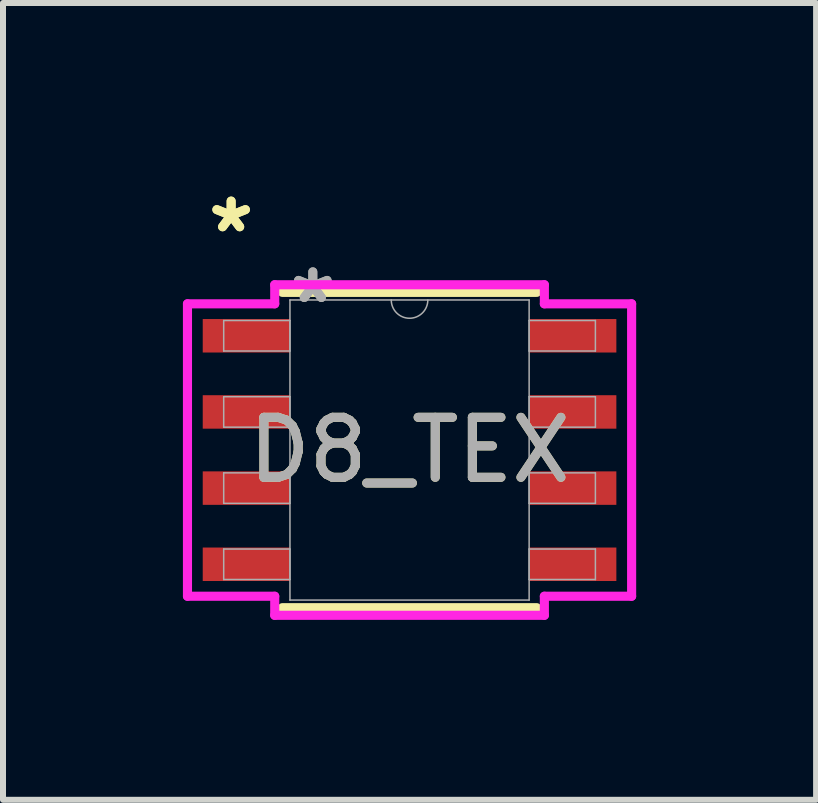
<source format=kicad_pcb>
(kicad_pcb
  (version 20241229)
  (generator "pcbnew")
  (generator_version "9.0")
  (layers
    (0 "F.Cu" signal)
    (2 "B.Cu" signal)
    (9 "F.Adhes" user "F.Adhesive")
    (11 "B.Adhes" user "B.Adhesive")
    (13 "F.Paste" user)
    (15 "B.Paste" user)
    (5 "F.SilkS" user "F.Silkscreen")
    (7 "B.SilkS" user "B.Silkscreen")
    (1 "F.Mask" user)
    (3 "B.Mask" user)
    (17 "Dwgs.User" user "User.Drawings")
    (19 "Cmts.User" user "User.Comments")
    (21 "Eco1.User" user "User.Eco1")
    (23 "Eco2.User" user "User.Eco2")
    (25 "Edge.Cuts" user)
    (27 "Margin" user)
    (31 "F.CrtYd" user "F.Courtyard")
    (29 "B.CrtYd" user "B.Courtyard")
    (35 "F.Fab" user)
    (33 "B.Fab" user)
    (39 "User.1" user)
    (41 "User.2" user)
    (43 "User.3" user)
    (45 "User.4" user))
  (footprint "D8_TEX"
    (layer "F.Cu")
    (at 3.779 4.454)
    (property "Reference" "D8_TEX" (at 0 0 0) (unlocked yes) (layer "F.SilkS") (effects (font (size 1 1) (thickness 0.15))))
    (attr smd)
    (fp_line (start -2.121 2.629) (end 2.121 2.629) (stroke (width 0.152) (type solid)) (layer "F.SilkS"))
    (fp_line (start 2.121 -2.629) (end -2.121 -2.629) (stroke (width 0.152) (type solid)) (layer "F.SilkS"))
    (fp_line (start -3.703 -2.438) (end -2.248 -2.438) (stroke (width 0.152) (type solid)) (layer "F.CrtYd"))
    (fp_line (start -3.703 2.438) (end -3.703 -2.438) (stroke (width 0.152) (type solid)) (layer "F.CrtYd"))
    (fp_line (start -3.703 2.438) (end -2.248 2.438) (stroke (width 0.152) (type solid)) (layer "F.CrtYd"))
    (fp_line (start -2.248 -2.756) (end 2.248 -2.756) (stroke (width 0.152) (type solid)) (layer "F.CrtYd"))
    (fp_line (start -2.248 -2.438) (end -2.248 -2.756) (stroke (width 0.152) (type solid)) (layer "F.CrtYd"))
    (fp_line (start -2.248 2.756) (end -2.248 2.438) (stroke (width 0.152) (type solid)) (layer "F.CrtYd"))
    (fp_line (start 2.248 -2.756) (end 2.248 -2.438) (stroke (width 0.152) (type solid)) (layer "F.CrtYd"))
    (fp_line (start 2.248 2.438) (end 2.248 2.756) (stroke (width 0.152) (type solid)) (layer "F.CrtYd"))
    (fp_line (start 2.248 2.756) (end -2.248 2.756) (stroke (width 0.152) (type solid)) (layer "F.CrtYd"))
    (fp_line (start 3.703 -2.438) (end 2.248 -2.438) (stroke (width 0.152) (type solid)) (layer "F.CrtYd"))
    (fp_line (start 3.703 -2.438) (end 3.703 2.438) (stroke (width 0.152) (type solid)) (layer "F.CrtYd"))
    (fp_line (start 3.703 2.438) (end 2.248 2.438) (stroke (width 0.152) (type solid)) (layer "F.CrtYd"))
    (fp_line (start -3.099 -2.159) (end -3.099 -1.651) (stroke (width 0.025) (type solid)) (layer "F.Fab"))
    (fp_line (start -3.099 -1.651) (end -1.994 -1.651) (stroke (width 0.025) (type solid)) (layer "F.Fab"))
    (fp_line (start -3.099 -0.889) (end -3.099 -0.381) (stroke (width 0.025) (type solid)) (layer "F.Fab"))
    (fp_line (start -3.099 -0.381) (end -1.994 -0.381) (stroke (width 0.025) (type solid)) (layer "F.Fab"))
    (fp_line (start -3.099 0.381) (end -3.099 0.889) (stroke (width 0.025) (type solid)) (layer "F.Fab"))
    (fp_line (start -3.099 0.889) (end -1.994 0.889) (stroke (width 0.025) (type solid)) (layer "F.Fab"))
    (fp_line (start -3.099 1.651) (end -3.099 2.159) (stroke (width 0.025) (type solid)) (layer "F.Fab"))
    (fp_line (start -3.099 2.159) (end -1.994 2.159) (stroke (width 0.025) (type solid)) (layer "F.Fab"))
    (fp_line (start -1.994 -2.502) (end -1.994 2.502) (stroke (width 0.025) (type solid)) (layer "F.Fab"))
    (fp_line (start -1.994 -2.159) (end -3.099 -2.159) (stroke (width 0.025) (type solid)) (layer "F.Fab"))
    (fp_line (start -1.994 -1.651) (end -1.994 -2.159) (stroke (width 0.025) (type solid)) (layer "F.Fab"))
    (fp_line (start -1.994 -0.889) (end -3.099 -0.889) (stroke (width 0.025) (type solid)) (layer "F.Fab"))
    (fp_line (start -1.994 -0.381) (end -1.994 -0.889) (stroke (width 0.025) (type solid)) (layer "F.Fab"))
    (fp_line (start -1.994 0.381) (end -3.099 0.381) (stroke (width 0.025) (type solid)) (layer "F.Fab"))
    (fp_line (start -1.994 0.889) (end -1.994 0.381) (stroke (width 0.025) (type solid)) (layer "F.Fab"))
    (fp_line (start -1.994 1.651) (end -3.099 1.651) (stroke (width 0.025) (type solid)) (layer "F.Fab"))
    (fp_line (start -1.994 2.159) (end -1.994 1.651) (stroke (width 0.025) (type solid)) (layer "F.Fab"))
    (fp_line (start -1.994 2.502) (end 1.994 2.502) (stroke (width 0.025) (type solid)) (layer "F.Fab"))
    (fp_line (start 1.994 -2.502) (end -1.994 -2.502) (stroke (width 0.025) (type solid)) (layer "F.Fab"))
    (fp_line (start 1.994 -2.159) (end 1.994 -1.651) (stroke (width 0.025) (type solid)) (layer "F.Fab"))
    (fp_line (start 1.994 -1.651) (end 3.099 -1.651) (stroke (width 0.025) (type solid)) (layer "F.Fab"))
    (fp_line (start 1.994 -0.889) (end 1.994 -0.381) (stroke (width 0.025) (type solid)) (layer "F.Fab"))
    (fp_line (start 1.994 -0.381) (end 3.099 -0.381) (stroke (width 0.025) (type solid)) (layer "F.Fab"))
    (fp_line (start 1.994 0.381) (end 1.994 0.889) (stroke (width 0.025) (type solid)) (layer "F.Fab"))
    (fp_line (start 1.994 0.889) (end 3.099 0.889) (stroke (width 0.025) (type solid)) (layer "F.Fab"))
    (fp_line (start 1.994 1.651) (end 1.994 2.159) (stroke (width 0.025) (type solid)) (layer "F.Fab"))
    (fp_line (start 1.994 2.159) (end 3.099 2.159) (stroke (width 0.025) (type solid)) (layer "F.Fab"))
    (fp_line (start 1.994 2.502) (end 1.994 -2.502) (stroke (width 0.025) (type solid)) (layer "F.Fab"))
    (fp_line (start 3.099 -2.159) (end 1.994 -2.159) (stroke (width 0.025) (type solid)) (layer "F.Fab"))
    (fp_line (start 3.099 -1.651) (end 3.099 -2.159) (stroke (width 0.025) (type solid)) (layer "F.Fab"))
    (fp_line (start 3.099 -0.889) (end 1.994 -0.889) (stroke (width 0.025) (type solid)) (layer "F.Fab"))
    (fp_line (start 3.099 -0.381) (end 3.099 -0.889) (stroke (width 0.025) (type solid)) (layer "F.Fab"))
    (fp_line (start 3.099 0.381) (end 1.994 0.381) (stroke (width 0.025) (type solid)) (layer "F.Fab"))
    (fp_line (start 3.099 0.889) (end 3.099 0.381) (stroke (width 0.025) (type solid)) (layer "F.Fab"))
    (fp_line (start 3.099 1.651) (end 1.994 1.651) (stroke (width 0.025) (type solid)) (layer "F.Fab"))
    (fp_line (start 3.099 2.159) (end 3.099 1.651) (stroke (width 0.025) (type solid)) (layer "F.Fab"))
    (fp_arc (start 0.3048 -2.5019) (mid 0 -2.1971) (end -0.3048 -2.5019) (stroke (width 0.0254) (type solid)) (layer "F.Fab"))
    (fp_text user "*" (at -2.975 -3.606 0) (unlocked yes) (layer "F.SilkS") (effects (font (size 1 1) (thickness 0.15))))
    (fp_text user "*" (at -2.975 -3.606 0) (layer "F.SilkS") (effects (font (size 1 1) (thickness 0.15))))
    (fp_text user "*" (at -1.613 -2.426 0) (layer "F.Fab") (effects (font (size 1 1) (thickness 0.15))))
    (fp_text user "${REFERENCE}" (at 0 0 0) (unlocked yes) (layer "F.Fab") (effects (font (size 1 1) (thickness 0.15))))
    (fp_text user "*" (at -1.613 -2.426 0) (unlocked yes) (layer "F.Fab") (effects (font (size 1 1) (thickness 0.15))))
    (pad "1" smd rect (at -2.721 -1.905) (size 1.455 0.558) (layers "F.Cu" "F.Mask" "F.Paste"))
    (pad "2" smd rect (at -2.721 -0.635) (size 1.455 0.558) (layers "F.Cu" "F.Mask" "F.Paste"))
    (pad "3" smd rect (at -2.721 0.635) (size 1.455 0.558) (layers "F.Cu" "F.Mask" "F.Paste"))
    (pad "4" smd rect (at -2.721 1.905) (size 1.455 0.558) (layers "F.Cu" "F.Mask" "F.Paste"))
    (pad "5" smd rect (at 2.721 1.905) (size 1.455 0.558) (layers "F.Cu" "F.Mask" "F.Paste"))
    (pad "6" smd rect (at 2.721 0.635) (size 1.455 0.558) (layers "F.Cu" "F.Mask" "F.Paste"))
    (pad "7" smd rect (at 2.721 -0.635) (size 1.455 0.558) (layers "F.Cu" "F.Mask" "F.Paste"))
    (pad "8" smd rect (at 2.721 -1.905) (size 1.455 0.558) (layers "F.Cu" "F.Mask" "F.Paste")))
  (gr_rect
    (start -3 -3)
    (end 10.558 10.286)
    (stroke (width 0.1) (type default))
    (fill no)
    (layer "Edge.Cuts")))
</source>
